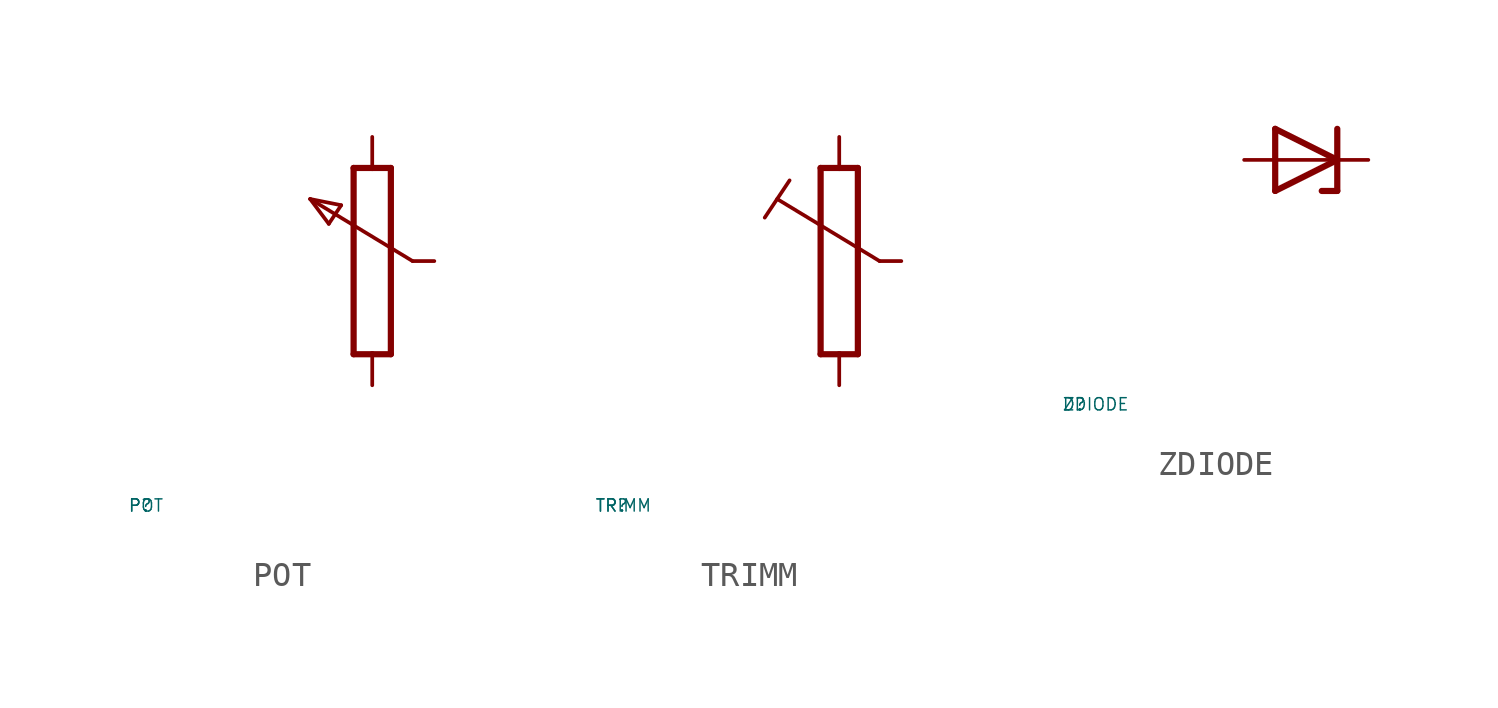
<source format=kicad_sym>
(kicad_symbol_lib
  (version 20220914)
  (generator Eagle2Kicad)
  (symbol "POT"
    (property "Reference" "P"
      (at -10 -10 0)
      (effects (font (size 0.5 0.5) (thickness 0.06)) (justify left)))
    (property "Value" "POT"
      (at -10 -10 0)
      (effects (font (size 0.5 0.5) (thickness 0.06)) (justify left)))
    (polyline
      (pts (xy -0.762 -3.81) (xy 0 -3.81))
      (stroke (width 0.254) (type default))
      (fill (type none)))
    (polyline
      (pts (xy 0.762 3.81) (xy 0 3.81))
      (stroke (width 0.254) (type default))
      (fill (type none)))
    (polyline
      (pts (xy -0.762 3.81) (xy -0.762 -3.81))
      (stroke (width 0.254) (type default))
      (fill (type none)))
    (polyline
      (pts (xy 0.762 -3.81) (xy 0.762 3.81))
      (stroke (width 0.254) (type default))
      (fill (type none)))
    (polyline
      (pts (xy 2.54 0) (xy 1.651 0))
      (stroke (width 0.152) (type default))
      (fill (type none)))
    (polyline
      (pts (xy 1.651 0) (xy -2.54 2.54))
      (stroke (width 0.152) (type default))
      (fill (type none)))
    (polyline
      (pts (xy -2.54 2.54) (xy -1.778 1.524))
      (stroke (width 0.152) (type default))
      (fill (type none)))
    (polyline
      (pts (xy -1.778 1.524) (xy -1.27 2.286))
      (stroke (width 0.152) (type default))
      (fill (type none)))
    (polyline
      (pts (xy -2.54 2.54) (xy -1.27 2.286))
      (stroke (width 0.152) (type default))
      (fill (type none)))
    (polyline
      (pts (xy 0 3.81) (xy 0 5.08))
      (stroke (width 0.152) (type default))
      (fill (type none)))
    (polyline
      (pts (xy 0 3.81) (xy -0.762 3.81))
      (stroke (width 0.254) (type default))
      (fill (type none)))
    (polyline
      (pts (xy 0 -5.08) (xy 0 -3.81))
      (stroke (width 0.152) (type default))
      (fill (type none)))
    (polyline
      (pts (xy 0 -3.81) (xy 0.762 -3.81))
      (stroke (width 0.254) (type default))
      (fill (type none))))
  (symbol "TRIMM"
    (property "Reference" "TR"
      (at -10 -10 0)
      (effects (font (size 0.5 0.5) (thickness 0.06)) (justify left)))
    (property "Value" "TRIMM"
      (at -10 -10 0)
      (effects (font (size 0.5 0.5) (thickness 0.06)) (justify left)))
    (polyline
      (pts (xy -0.762 -3.81) (xy 0 -3.81))
      (stroke (width 0.254) (type default))
      (fill (type none)))
    (polyline
      (pts (xy 0.762 3.81) (xy 0 3.81))
      (stroke (width 0.254) (type default))
      (fill (type none)))
    (polyline
      (pts (xy -0.762 3.81) (xy -0.762 -3.81))
      (stroke (width 0.254) (type default))
      (fill (type none)))
    (polyline
      (pts (xy 0.762 -3.81) (xy 0.762 3.81))
      (stroke (width 0.254) (type default))
      (fill (type none)))
    (polyline
      (pts (xy 2.54 0) (xy 1.651 0))
      (stroke (width 0.152) (type default))
      (fill (type none)))
    (polyline
      (pts (xy 1.651 0) (xy -2.54 2.54))
      (stroke (width 0.152) (type default))
      (fill (type none)))
    (polyline
      (pts (xy -3.048 1.778) (xy -2.032 3.302))
      (stroke (width 0.152) (type default))
      (fill (type none)))
    (polyline
      (pts (xy 0 3.81) (xy 0 5.08))
      (stroke (width 0.152) (type default))
      (fill (type none)))
    (polyline
      (pts (xy 0 3.81) (xy -0.762 3.81))
      (stroke (width 0.254) (type default))
      (fill (type none)))
    (polyline
      (pts (xy 0 -5.08) (xy 0 -3.81))
      (stroke (width 0.152) (type default))
      (fill (type none)))
    (polyline
      (pts (xy 0 -3.81) (xy 0.762 -3.81))
      (stroke (width 0.254) (type default))
      (fill (type none))))
  (symbol "ZDIODE"
    (property "Reference" "D"
      (at -10 -10 0)
      (effects (font (size 0.5 0.5) (thickness 0.06)) (justify left)))
    (property "Value" "ZDIODE"
      (at -10 -10 0)
      (effects (font (size 0.5 0.5) (thickness 0.06)) (justify left)))
    (polyline
      (pts (xy -1.27 -1.27) (xy 1.27 0))
      (stroke (width 0.254) (type default))
      (fill (type none)))
    (polyline
      (pts (xy 1.27 0) (xy -1.27 1.27))
      (stroke (width 0.254) (type default))
      (fill (type none)))
    (polyline
      (pts (xy 1.27 1.27) (xy 1.27 0))
      (stroke (width 0.254) (type default))
      (fill (type none)))
    (polyline
      (pts (xy -1.27 1.27) (xy -1.27 -1.27))
      (stroke (width 0.254) (type default))
      (fill (type none)))
    (polyline
      (pts (xy 1.27 0) (xy 1.27 -1.27))
      (stroke (width 0.254) (type default))
      (fill (type none)))
    (polyline
      (pts (xy 1.27 -1.27) (xy 0.635 -1.27))
      (stroke (width 0.254) (type default))
      (fill (type none)))
    (polyline
      (pts (xy -2.54 0) (xy 2.54 0))
      (stroke (width 0.152) (type default))
      (fill (type none)))))
</source>
